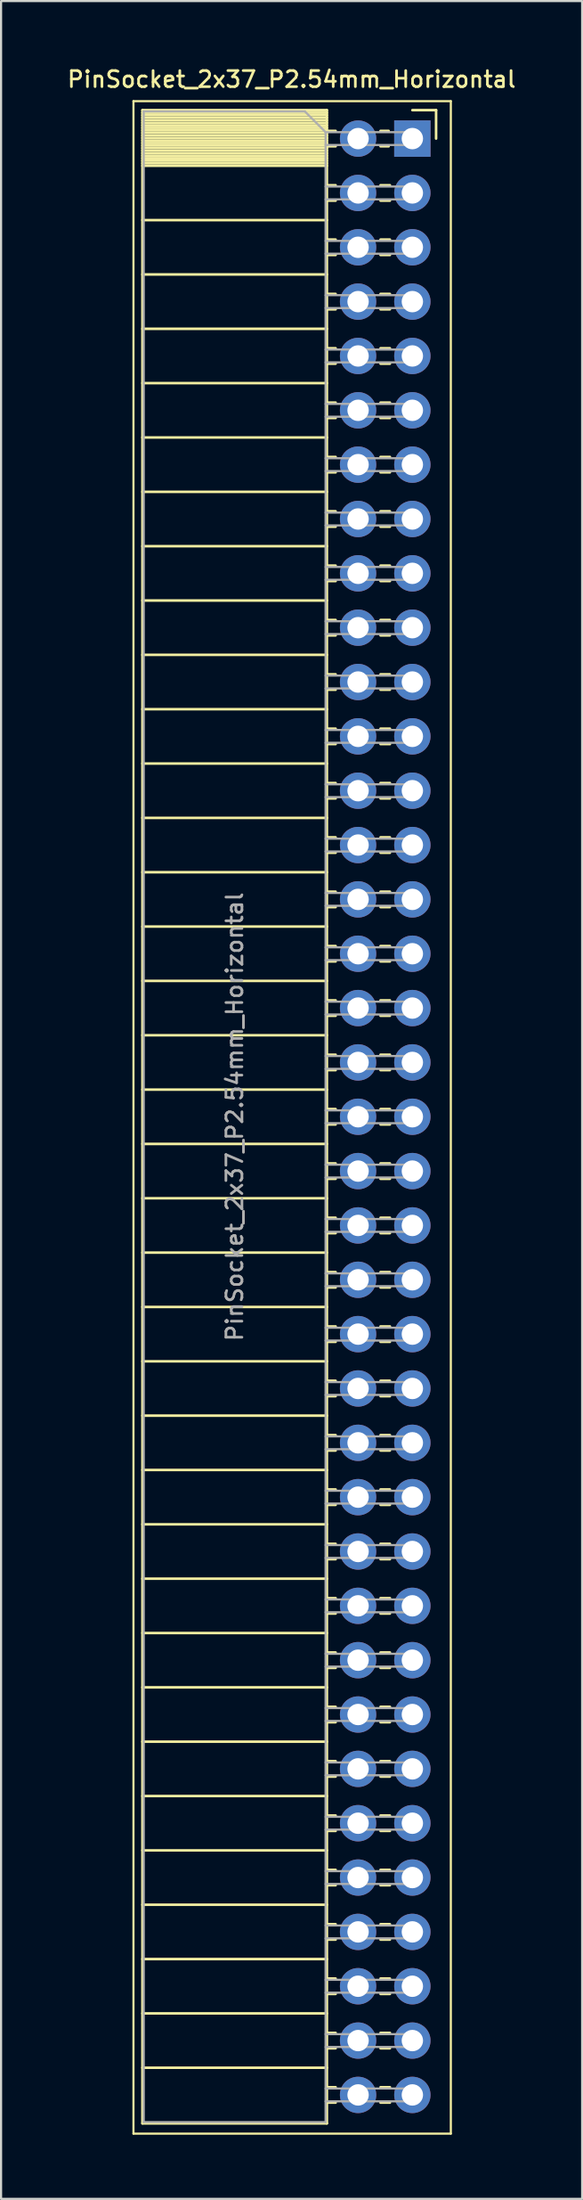
<source format=kicad_pcb>
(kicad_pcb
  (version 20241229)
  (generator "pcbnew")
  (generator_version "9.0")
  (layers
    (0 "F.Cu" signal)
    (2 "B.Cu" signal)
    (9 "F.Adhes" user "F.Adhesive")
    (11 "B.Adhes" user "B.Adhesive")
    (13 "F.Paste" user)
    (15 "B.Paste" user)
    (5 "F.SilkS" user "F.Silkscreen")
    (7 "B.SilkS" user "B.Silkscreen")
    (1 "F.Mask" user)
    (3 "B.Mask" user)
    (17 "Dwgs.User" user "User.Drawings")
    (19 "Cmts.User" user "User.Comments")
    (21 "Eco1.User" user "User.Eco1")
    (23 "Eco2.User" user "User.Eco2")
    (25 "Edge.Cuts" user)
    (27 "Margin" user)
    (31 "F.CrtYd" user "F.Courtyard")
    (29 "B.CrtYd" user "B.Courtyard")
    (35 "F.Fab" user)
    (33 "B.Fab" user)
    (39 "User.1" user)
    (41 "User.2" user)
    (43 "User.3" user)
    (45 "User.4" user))
  (footprint "PinSocket_2x37_P2.54mm_Horizontal"
    (layer "F.Cu")
    (at 16.245 3.428)
    (property "Reference" "PinSocket_2x37_P2.54mm_Horizontal" (at -5.65 -2.77 0) (layer "F.SilkS") (effects (font (size 0.75 0.75) (thickness 0.125))))
    (attr through_hole)
    (fp_line (start -13.05 -1.75) (end -13.05 93.25) (stroke (width 0.1) (type solid)) (layer "F.SilkS"))
    (fp_line (start -13.05 93.25) (end 1.8 93.25) (stroke (width 0.1) (type solid)) (layer "F.SilkS"))
    (fp_line (start -12.63 -1.33) (end -12.63 92.77) (stroke (width 0.12) (type solid)) (layer "F.SilkS"))
    (fp_line (start -12.63 -1.33) (end -4 -1.33) (stroke (width 0.12) (type solid)) (layer "F.SilkS"))
    (fp_line (start -12.63 -1.21) (end -4 -1.21) (stroke (width 0.12) (type solid)) (layer "F.SilkS"))
    (fp_line (start -12.63 -1.092) (end -4 -1.092) (stroke (width 0.12) (type solid)) (layer "F.SilkS"))
    (fp_line (start -12.63 -0.974) (end -4 -0.974) (stroke (width 0.12) (type solid)) (layer "F.SilkS"))
    (fp_line (start -12.63 -0.856) (end -4 -0.856) (stroke (width 0.12) (type solid)) (layer "F.SilkS"))
    (fp_line (start -12.63 -0.738) (end -4 -0.738) (stroke (width 0.12) (type solid)) (layer "F.SilkS"))
    (fp_line (start -12.63 -0.62) (end -4 -0.62) (stroke (width 0.12) (type solid)) (layer "F.SilkS"))
    (fp_line (start -12.63 -0.501) (end -4 -0.501) (stroke (width 0.12) (type solid)) (layer "F.SilkS"))
    (fp_line (start -12.63 -0.383) (end -4 -0.383) (stroke (width 0.12) (type solid)) (layer "F.SilkS"))
    (fp_line (start -12.63 -0.265) (end -4 -0.265) (stroke (width 0.12) (type solid)) (layer "F.SilkS"))
    (fp_line (start -12.63 -0.147) (end -4 -0.147) (stroke (width 0.12) (type solid)) (layer "F.SilkS"))
    (fp_line (start -12.63 -0.029) (end -4 -0.029) (stroke (width 0.12) (type solid)) (layer "F.SilkS"))
    (fp_line (start -12.63 0.089) (end -4 0.089) (stroke (width 0.12) (type solid)) (layer "F.SilkS"))
    (fp_line (start -12.63 0.207) (end -4 0.207) (stroke (width 0.12) (type solid)) (layer "F.SilkS"))
    (fp_line (start -12.63 0.325) (end -4 0.325) (stroke (width 0.12) (type solid)) (layer "F.SilkS"))
    (fp_line (start -12.63 0.443) (end -4 0.443) (stroke (width 0.12) (type solid)) (layer "F.SilkS"))
    (fp_line (start -12.63 0.561) (end -4 0.561) (stroke (width 0.12) (type solid)) (layer "F.SilkS"))
    (fp_line (start -12.63 0.68) (end -4 0.68) (stroke (width 0.12) (type solid)) (layer "F.SilkS"))
    (fp_line (start -12.63 0.798) (end -4 0.798) (stroke (width 0.12) (type solid)) (layer "F.SilkS"))
    (fp_line (start -12.63 0.916) (end -4 0.916) (stroke (width 0.12) (type solid)) (layer "F.SilkS"))
    (fp_line (start -12.63 1.034) (end -4 1.034) (stroke (width 0.12) (type solid)) (layer "F.SilkS"))
    (fp_line (start -12.63 1.152) (end -4 1.152) (stroke (width 0.12) (type solid)) (layer "F.SilkS"))
    (fp_line (start -12.63 1.27) (end -4 1.27) (stroke (width 0.12) (type solid)) (layer "F.SilkS"))
    (fp_line (start -12.63 3.81) (end -4 3.81) (stroke (width 0.12) (type solid)) (layer "F.SilkS"))
    (fp_line (start -12.63 6.35) (end -4 6.35) (stroke (width 0.12) (type solid)) (layer "F.SilkS"))
    (fp_line (start -12.63 8.89) (end -4 8.89) (stroke (width 0.12) (type solid)) (layer "F.SilkS"))
    (fp_line (start -12.63 11.43) (end -4 11.43) (stroke (width 0.12) (type solid)) (layer "F.SilkS"))
    (fp_line (start -12.63 13.97) (end -4 13.97) (stroke (width 0.12) (type solid)) (layer "F.SilkS"))
    (fp_line (start -12.63 16.51) (end -4 16.51) (stroke (width 0.12) (type solid)) (layer "F.SilkS"))
    (fp_line (start -12.63 19.05) (end -4 19.05) (stroke (width 0.12) (type solid)) (layer "F.SilkS"))
    (fp_line (start -12.63 21.59) (end -4 21.59) (stroke (width 0.12) (type solid)) (layer "F.SilkS"))
    (fp_line (start -12.63 24.13) (end -4 24.13) (stroke (width 0.12) (type solid)) (layer "F.SilkS"))
    (fp_line (start -12.63 26.67) (end -4 26.67) (stroke (width 0.12) (type solid)) (layer "F.SilkS"))
    (fp_line (start -12.63 29.21) (end -4 29.21) (stroke (width 0.12) (type solid)) (layer "F.SilkS"))
    (fp_line (start -12.63 31.75) (end -4 31.75) (stroke (width 0.12) (type solid)) (layer "F.SilkS"))
    (fp_line (start -12.63 34.29) (end -4 34.29) (stroke (width 0.12) (type solid)) (layer "F.SilkS"))
    (fp_line (start -12.63 36.83) (end -4 36.83) (stroke (width 0.12) (type solid)) (layer "F.SilkS"))
    (fp_line (start -12.63 39.37) (end -4 39.37) (stroke (width 0.12) (type solid)) (layer "F.SilkS"))
    (fp_line (start -12.63 41.91) (end -4 41.91) (stroke (width 0.12) (type solid)) (layer "F.SilkS"))
    (fp_line (start -12.63 44.45) (end -4 44.45) (stroke (width 0.12) (type solid)) (layer "F.SilkS"))
    (fp_line (start -12.63 46.99) (end -4 46.99) (stroke (width 0.12) (type solid)) (layer "F.SilkS"))
    (fp_line (start -12.63 49.53) (end -4 49.53) (stroke (width 0.12) (type solid)) (layer "F.SilkS"))
    (fp_line (start -12.63 52.07) (end -4 52.07) (stroke (width 0.12) (type solid)) (layer "F.SilkS"))
    (fp_line (start -12.63 54.61) (end -4 54.61) (stroke (width 0.12) (type solid)) (layer "F.SilkS"))
    (fp_line (start -12.63 57.15) (end -4 57.15) (stroke (width 0.12) (type solid)) (layer "F.SilkS"))
    (fp_line (start -12.63 59.69) (end -4 59.69) (stroke (width 0.12) (type solid)) (layer "F.SilkS"))
    (fp_line (start -12.63 62.23) (end -4 62.23) (stroke (width 0.12) (type solid)) (layer "F.SilkS"))
    (fp_line (start -12.63 64.77) (end -4 64.77) (stroke (width 0.12) (type solid)) (layer "F.SilkS"))
    (fp_line (start -12.63 67.31) (end -4 67.31) (stroke (width 0.12) (type solid)) (layer "F.SilkS"))
    (fp_line (start -12.63 69.85) (end -4 69.85) (stroke (width 0.12) (type solid)) (layer "F.SilkS"))
    (fp_line (start -12.63 72.39) (end -4 72.39) (stroke (width 0.12) (type solid)) (layer "F.SilkS"))
    (fp_line (start -12.63 74.93) (end -4 74.93) (stroke (width 0.12) (type solid)) (layer "F.SilkS"))
    (fp_line (start -12.63 77.47) (end -4 77.47) (stroke (width 0.12) (type solid)) (layer "F.SilkS"))
    (fp_line (start -12.63 80.01) (end -4 80.01) (stroke (width 0.12) (type solid)) (layer "F.SilkS"))
    (fp_line (start -12.63 82.55) (end -4 82.55) (stroke (width 0.12) (type solid)) (layer "F.SilkS"))
    (fp_line (start -12.63 85.09) (end -4 85.09) (stroke (width 0.12) (type solid)) (layer "F.SilkS"))
    (fp_line (start -12.63 87.63) (end -4 87.63) (stroke (width 0.12) (type solid)) (layer "F.SilkS"))
    (fp_line (start -12.63 90.17) (end -4 90.17) (stroke (width 0.12) (type solid)) (layer "F.SilkS"))
    (fp_line (start -12.63 92.77) (end -4 92.77) (stroke (width 0.12) (type solid)) (layer "F.SilkS"))
    (fp_line (start -4 -1.33) (end -4 92.77) (stroke (width 0.12) (type solid)) (layer "F.SilkS"))
    (fp_line (start -4 -0.36) (end -3.59 -0.36) (stroke (width 0.12) (type solid)) (layer "F.SilkS"))
    (fp_line (start -4 0.36) (end -3.59 0.36) (stroke (width 0.12) (type solid)) (layer "F.SilkS"))
    (fp_line (start -4 2.18) (end -3.59 2.18) (stroke (width 0.12) (type solid)) (layer "F.SilkS"))
    (fp_line (start -4 2.9) (end -3.59 2.9) (stroke (width 0.12) (type solid)) (layer "F.SilkS"))
    (fp_line (start -4 4.72) (end -3.59 4.72) (stroke (width 0.12) (type solid)) (layer "F.SilkS"))
    (fp_line (start -4 5.44) (end -3.59 5.44) (stroke (width 0.12) (type solid)) (layer "F.SilkS"))
    (fp_line (start -4 7.26) (end -3.59 7.26) (stroke (width 0.12) (type solid)) (layer "F.SilkS"))
    (fp_line (start -4 7.98) (end -3.59 7.98) (stroke (width 0.12) (type solid)) (layer "F.SilkS"))
    (fp_line (start -4 9.8) (end -3.59 9.8) (stroke (width 0.12) (type solid)) (layer "F.SilkS"))
    (fp_line (start -4 10.52) (end -3.59 10.52) (stroke (width 0.12) (type solid)) (layer "F.SilkS"))
    (fp_line (start -4 12.34) (end -3.59 12.34) (stroke (width 0.12) (type solid)) (layer "F.SilkS"))
    (fp_line (start -4 13.06) (end -3.59 13.06) (stroke (width 0.12) (type solid)) (layer "F.SilkS"))
    (fp_line (start -4 14.88) (end -3.59 14.88) (stroke (width 0.12) (type solid)) (layer "F.SilkS"))
    (fp_line (start -4 15.6) (end -3.59 15.6) (stroke (width 0.12) (type solid)) (layer "F.SilkS"))
    (fp_line (start -4 17.42) (end -3.59 17.42) (stroke (width 0.12) (type solid)) (layer "F.SilkS"))
    (fp_line (start -4 18.14) (end -3.59 18.14) (stroke (width 0.12) (type solid)) (layer "F.SilkS"))
    (fp_line (start -4 19.96) (end -3.59 19.96) (stroke (width 0.12) (type solid)) (layer "F.SilkS"))
    (fp_line (start -4 20.68) (end -3.59 20.68) (stroke (width 0.12) (type solid)) (layer "F.SilkS"))
    (fp_line (start -4 22.5) (end -3.59 22.5) (stroke (width 0.12) (type solid)) (layer "F.SilkS"))
    (fp_line (start -4 23.22) (end -3.59 23.22) (stroke (width 0.12) (type solid)) (layer "F.SilkS"))
    (fp_line (start -4 25.04) (end -3.59 25.04) (stroke (width 0.12) (type solid)) (layer "F.SilkS"))
    (fp_line (start -4 25.76) (end -3.59 25.76) (stroke (width 0.12) (type solid)) (layer "F.SilkS"))
    (fp_line (start -4 27.58) (end -3.59 27.58) (stroke (width 0.12) (type solid)) (layer "F.SilkS"))
    (fp_line (start -4 28.3) (end -3.59 28.3) (stroke (width 0.12) (type solid)) (layer "F.SilkS"))
    (fp_line (start -4 30.12) (end -3.59 30.12) (stroke (width 0.12) (type solid)) (layer "F.SilkS"))
    (fp_line (start -4 30.84) (end -3.59 30.84) (stroke (width 0.12) (type solid)) (layer "F.SilkS"))
    (fp_line (start -4 32.66) (end -3.59 32.66) (stroke (width 0.12) (type solid)) (layer "F.SilkS"))
    (fp_line (start -4 33.38) (end -3.59 33.38) (stroke (width 0.12) (type solid)) (layer "F.SilkS"))
    (fp_line (start -4 35.2) (end -3.59 35.2) (stroke (width 0.12) (type solid)) (layer "F.SilkS"))
    (fp_line (start -4 35.92) (end -3.59 35.92) (stroke (width 0.12) (type solid)) (layer "F.SilkS"))
    (fp_line (start -4 37.74) (end -3.59 37.74) (stroke (width 0.12) (type solid)) (layer "F.SilkS"))
    (fp_line (start -4 38.46) (end -3.59 38.46) (stroke (width 0.12) (type solid)) (layer "F.SilkS"))
    (fp_line (start -4 40.28) (end -3.59 40.28) (stroke (width 0.12) (type solid)) (layer "F.SilkS"))
    (fp_line (start -4 41) (end -3.59 41) (stroke (width 0.12) (type solid)) (layer "F.SilkS"))
    (fp_line (start -4 42.82) (end -3.59 42.82) (stroke (width 0.12) (type solid)) (layer "F.SilkS"))
    (fp_line (start -4 43.54) (end -3.59 43.54) (stroke (width 0.12) (type solid)) (layer "F.SilkS"))
    (fp_line (start -4 45.36) (end -3.59 45.36) (stroke (width 0.12) (type solid)) (layer "F.SilkS"))
    (fp_line (start -4 46.08) (end -3.59 46.08) (stroke (width 0.12) (type solid)) (layer "F.SilkS"))
    (fp_line (start -4 47.9) (end -3.59 47.9) (stroke (width 0.12) (type solid)) (layer "F.SilkS"))
    (fp_line (start -4 48.62) (end -3.59 48.62) (stroke (width 0.12) (type solid)) (layer "F.SilkS"))
    (fp_line (start -4 50.44) (end -3.59 50.44) (stroke (width 0.12) (type solid)) (layer "F.SilkS"))
    (fp_line (start -4 51.16) (end -3.59 51.16) (stroke (width 0.12) (type solid)) (layer "F.SilkS"))
    (fp_line (start -4 52.98) (end -3.59 52.98) (stroke (width 0.12) (type solid)) (layer "F.SilkS"))
    (fp_line (start -4 53.7) (end -3.59 53.7) (stroke (width 0.12) (type solid)) (layer "F.SilkS"))
    (fp_line (start -4 55.52) (end -3.59 55.52) (stroke (width 0.12) (type solid)) (layer "F.SilkS"))
    (fp_line (start -4 56.24) (end -3.59 56.24) (stroke (width 0.12) (type solid)) (layer "F.SilkS"))
    (fp_line (start -4 58.06) (end -3.59 58.06) (stroke (width 0.12) (type solid)) (layer "F.SilkS"))
    (fp_line (start -4 58.78) (end -3.59 58.78) (stroke (width 0.12) (type solid)) (layer "F.SilkS"))
    (fp_line (start -4 60.6) (end -3.59 60.6) (stroke (width 0.12) (type solid)) (layer "F.SilkS"))
    (fp_line (start -4 61.32) (end -3.59 61.32) (stroke (width 0.12) (type solid)) (layer "F.SilkS"))
    (fp_line (start -4 63.14) (end -3.59 63.14) (stroke (width 0.12) (type solid)) (layer "F.SilkS"))
    (fp_line (start -4 63.86) (end -3.59 63.86) (stroke (width 0.12) (type solid)) (layer "F.SilkS"))
    (fp_line (start -4 65.68) (end -3.59 65.68) (stroke (width 0.12) (type solid)) (layer "F.SilkS"))
    (fp_line (start -4 66.4) (end -3.59 66.4) (stroke (width 0.12) (type solid)) (layer "F.SilkS"))
    (fp_line (start -4 68.22) (end -3.59 68.22) (stroke (width 0.12) (type solid)) (layer "F.SilkS"))
    (fp_line (start -4 68.94) (end -3.59 68.94) (stroke (width 0.12) (type solid)) (layer "F.SilkS"))
    (fp_line (start -4 70.76) (end -3.59 70.76) (stroke (width 0.12) (type solid)) (layer "F.SilkS"))
    (fp_line (start -4 71.48) (end -3.59 71.48) (stroke (width 0.12) (type solid)) (layer "F.SilkS"))
    (fp_line (start -4 73.3) (end -3.59 73.3) (stroke (width 0.12) (type solid)) (layer "F.SilkS"))
    (fp_line (start -4 74.02) (end -3.59 74.02) (stroke (width 0.12) (type solid)) (layer "F.SilkS"))
    (fp_line (start -4 75.84) (end -3.59 75.84) (stroke (width 0.12) (type solid)) (layer "F.SilkS"))
    (fp_line (start -4 76.56) (end -3.59 76.56) (stroke (width 0.12) (type solid)) (layer "F.SilkS"))
    (fp_line (start -4 78.38) (end -3.59 78.38) (stroke (width 0.12) (type solid)) (layer "F.SilkS"))
    (fp_line (start -4 79.1) (end -3.59 79.1) (stroke (width 0.12) (type solid)) (layer "F.SilkS"))
    (fp_line (start -4 80.92) (end -3.59 80.92) (stroke (width 0.12) (type solid)) (layer "F.SilkS"))
    (fp_line (start -4 81.64) (end -3.59 81.64) (stroke (width 0.12) (type solid)) (layer "F.SilkS"))
    (fp_line (start -4 83.46) (end -3.59 83.46) (stroke (width 0.12) (type solid)) (layer "F.SilkS"))
    (fp_line (start -4 84.18) (end -3.59 84.18) (stroke (width 0.12) (type solid)) (layer "F.SilkS"))
    (fp_line (start -4 86) (end -3.59 86) (stroke (width 0.12) (type solid)) (layer "F.SilkS"))
    (fp_line (start -4 86.72) (end -3.59 86.72) (stroke (width 0.12) (type solid)) (layer "F.SilkS"))
    (fp_line (start -4 88.54) (end -3.59 88.54) (stroke (width 0.12) (type solid)) (layer "F.SilkS"))
    (fp_line (start -4 89.26) (end -3.59 89.26) (stroke (width 0.12) (type solid)) (layer "F.SilkS"))
    (fp_line (start -4 91.08) (end -3.59 91.08) (stroke (width 0.12) (type solid)) (layer "F.SilkS"))
    (fp_line (start -4 91.8) (end -3.59 91.8) (stroke (width 0.12) (type solid)) (layer "F.SilkS"))
    (fp_line (start -1.49 -0.36) (end -1.11 -0.36) (stroke (width 0.12) (type solid)) (layer "F.SilkS"))
    (fp_line (start -1.49 0.36) (end -1.11 0.36) (stroke (width 0.12) (type solid)) (layer "F.SilkS"))
    (fp_line (start -1.49 2.18) (end -1.05 2.18) (stroke (width 0.12) (type solid)) (layer "F.SilkS"))
    (fp_line (start -1.49 2.9) (end -1.05 2.9) (stroke (width 0.12) (type solid)) (layer "F.SilkS"))
    (fp_line (start -1.49 4.72) (end -1.05 4.72) (stroke (width 0.12) (type solid)) (layer "F.SilkS"))
    (fp_line (start -1.49 5.44) (end -1.05 5.44) (stroke (width 0.12) (type solid)) (layer "F.SilkS"))
    (fp_line (start -1.49 7.26) (end -1.05 7.26) (stroke (width 0.12) (type solid)) (layer "F.SilkS"))
    (fp_line (start -1.49 7.98) (end -1.05 7.98) (stroke (width 0.12) (type solid)) (layer "F.SilkS"))
    (fp_line (start -1.49 9.8) (end -1.05 9.8) (stroke (width 0.12) (type solid)) (layer "F.SilkS"))
    (fp_line (start -1.49 10.52) (end -1.05 10.52) (stroke (width 0.12) (type solid)) (layer "F.SilkS"))
    (fp_line (start -1.49 12.34) (end -1.05 12.34) (stroke (width 0.12) (type solid)) (layer "F.SilkS"))
    (fp_line (start -1.49 13.06) (end -1.05 13.06) (stroke (width 0.12) (type solid)) (layer "F.SilkS"))
    (fp_line (start -1.49 14.88) (end -1.05 14.88) (stroke (width 0.12) (type solid)) (layer "F.SilkS"))
    (fp_line (start -1.49 15.6) (end -1.05 15.6) (stroke (width 0.12) (type solid)) (layer "F.SilkS"))
    (fp_line (start -1.49 17.42) (end -1.05 17.42) (stroke (width 0.12) (type solid)) (layer "F.SilkS"))
    (fp_line (start -1.49 18.14) (end -1.05 18.14) (stroke (width 0.12) (type solid)) (layer "F.SilkS"))
    (fp_line (start -1.49 19.96) (end -1.05 19.96) (stroke (width 0.12) (type solid)) (layer "F.SilkS"))
    (fp_line (start -1.49 20.68) (end -1.05 20.68) (stroke (width 0.12) (type solid)) (layer "F.SilkS"))
    (fp_line (start -1.49 22.5) (end -1.05 22.5) (stroke (width 0.12) (type solid)) (layer "F.SilkS"))
    (fp_line (start -1.49 23.22) (end -1.05 23.22) (stroke (width 0.12) (type solid)) (layer "F.SilkS"))
    (fp_line (start -1.49 25.04) (end -1.05 25.04) (stroke (width 0.12) (type solid)) (layer "F.SilkS"))
    (fp_line (start -1.49 25.76) (end -1.05 25.76) (stroke (width 0.12) (type solid)) (layer "F.SilkS"))
    (fp_line (start -1.49 27.58) (end -1.05 27.58) (stroke (width 0.12) (type solid)) (layer "F.SilkS"))
    (fp_line (start -1.49 28.3) (end -1.05 28.3) (stroke (width 0.12) (type solid)) (layer "F.SilkS"))
    (fp_line (start -1.49 30.12) (end -1.05 30.12) (stroke (width 0.12) (type solid)) (layer "F.SilkS"))
    (fp_line (start -1.49 30.84) (end -1.05 30.84) (stroke (width 0.12) (type solid)) (layer "F.SilkS"))
    (fp_line (start -1.49 32.66) (end -1.05 32.66) (stroke (width 0.12) (type solid)) (layer "F.SilkS"))
    (fp_line (start -1.49 33.38) (end -1.05 33.38) (stroke (width 0.12) (type solid)) (layer "F.SilkS"))
    (fp_line (start -1.49 35.2) (end -1.05 35.2) (stroke (width 0.12) (type solid)) (layer "F.SilkS"))
    (fp_line (start -1.49 35.92) (end -1.05 35.92) (stroke (width 0.12) (type solid)) (layer "F.SilkS"))
    (fp_line (start -1.49 37.74) (end -1.05 37.74) (stroke (width 0.12) (type solid)) (layer "F.SilkS"))
    (fp_line (start -1.49 38.46) (end -1.05 38.46) (stroke (width 0.12) (type solid)) (layer "F.SilkS"))
    (fp_line (start -1.49 40.28) (end -1.05 40.28) (stroke (width 0.12) (type solid)) (layer "F.SilkS"))
    (fp_line (start -1.49 41) (end -1.05 41) (stroke (width 0.12) (type solid)) (layer "F.SilkS"))
    (fp_line (start -1.49 42.82) (end -1.05 42.82) (stroke (width 0.12) (type solid)) (layer "F.SilkS"))
    (fp_line (start -1.49 43.54) (end -1.05 43.54) (stroke (width 0.12) (type solid)) (layer "F.SilkS"))
    (fp_line (start -1.49 45.36) (end -1.05 45.36) (stroke (width 0.12) (type solid)) (layer "F.SilkS"))
    (fp_line (start -1.49 46.08) (end -1.05 46.08) (stroke (width 0.12) (type solid)) (layer "F.SilkS"))
    (fp_line (start -1.49 47.9) (end -1.05 47.9) (stroke (width 0.12) (type solid)) (layer "F.SilkS"))
    (fp_line (start -1.49 48.62) (end -1.05 48.62) (stroke (width 0.12) (type solid)) (layer "F.SilkS"))
    (fp_line (start -1.49 50.44) (end -1.05 50.44) (stroke (width 0.12) (type solid)) (layer "F.SilkS"))
    (fp_line (start -1.49 51.16) (end -1.05 51.16) (stroke (width 0.12) (type solid)) (layer "F.SilkS"))
    (fp_line (start -1.49 52.98) (end -1.05 52.98) (stroke (width 0.12) (type solid)) (layer "F.SilkS"))
    (fp_line (start -1.49 53.7) (end -1.05 53.7) (stroke (width 0.12) (type solid)) (layer "F.SilkS"))
    (fp_line (start -1.49 55.52) (end -1.05 55.52) (stroke (width 0.12) (type solid)) (layer "F.SilkS"))
    (fp_line (start -1.49 56.24) (end -1.05 56.24) (stroke (width 0.12) (type solid)) (layer "F.SilkS"))
    (fp_line (start -1.49 58.06) (end -1.05 58.06) (stroke (width 0.12) (type solid)) (layer "F.SilkS"))
    (fp_line (start -1.49 58.78) (end -1.05 58.78) (stroke (width 0.12) (type solid)) (layer "F.SilkS"))
    (fp_line (start -1.49 60.6) (end -1.05 60.6) (stroke (width 0.12) (type solid)) (layer "F.SilkS"))
    (fp_line (start -1.49 61.32) (end -1.05 61.32) (stroke (width 0.12) (type solid)) (layer "F.SilkS"))
    (fp_line (start -1.49 63.14) (end -1.05 63.14) (stroke (width 0.12) (type solid)) (layer "F.SilkS"))
    (fp_line (start -1.49 63.86) (end -1.05 63.86) (stroke (width 0.12) (type solid)) (layer "F.SilkS"))
    (fp_line (start -1.49 65.68) (end -1.05 65.68) (stroke (width 0.12) (type solid)) (layer "F.SilkS"))
    (fp_line (start -1.49 66.4) (end -1.05 66.4) (stroke (width 0.12) (type solid)) (layer "F.SilkS"))
    (fp_line (start -1.49 68.22) (end -1.05 68.22) (stroke (width 0.12) (type solid)) (layer "F.SilkS"))
    (fp_line (start -1.49 68.94) (end -1.05 68.94) (stroke (width 0.12) (type solid)) (layer "F.SilkS"))
    (fp_line (start -1.49 70.76) (end -1.05 70.76) (stroke (width 0.12) (type solid)) (layer "F.SilkS"))
    (fp_line (start -1.49 71.48) (end -1.05 71.48) (stroke (width 0.12) (type solid)) (layer "F.SilkS"))
    (fp_line (start -1.49 73.3) (end -1.05 73.3) (stroke (width 0.12) (type solid)) (layer "F.SilkS"))
    (fp_line (start -1.49 74.02) (end -1.05 74.02) (stroke (width 0.12) (type solid)) (layer "F.SilkS"))
    (fp_line (start -1.49 75.84) (end -1.05 75.84) (stroke (width 0.12) (type solid)) (layer "F.SilkS"))
    (fp_line (start -1.49 76.56) (end -1.05 76.56) (stroke (width 0.12) (type solid)) (layer "F.SilkS"))
    (fp_line (start -1.49 78.38) (end -1.05 78.38) (stroke (width 0.12) (type solid)) (layer "F.SilkS"))
    (fp_line (start -1.49 79.1) (end -1.05 79.1) (stroke (width 0.12) (type solid)) (layer "F.SilkS"))
    (fp_line (start -1.49 80.92) (end -1.05 80.92) (stroke (width 0.12) (type solid)) (layer "F.SilkS"))
    (fp_line (start -1.49 81.64) (end -1.05 81.64) (stroke (width 0.12) (type solid)) (layer "F.SilkS"))
    (fp_line (start -1.49 83.46) (end -1.05 83.46) (stroke (width 0.12) (type solid)) (layer "F.SilkS"))
    (fp_line (start -1.49 84.18) (end -1.05 84.18) (stroke (width 0.12) (type solid)) (layer "F.SilkS"))
    (fp_line (start -1.49 86) (end -1.05 86) (stroke (width 0.12) (type solid)) (layer "F.SilkS"))
    (fp_line (start -1.49 86.72) (end -1.05 86.72) (stroke (width 0.12) (type solid)) (layer "F.SilkS"))
    (fp_line (start -1.49 88.54) (end -1.05 88.54) (stroke (width 0.12) (type solid)) (layer "F.SilkS"))
    (fp_line (start -1.49 89.26) (end -1.05 89.26) (stroke (width 0.12) (type solid)) (layer "F.SilkS"))
    (fp_line (start -1.49 91.08) (end -1.05 91.08) (stroke (width 0.12) (type solid)) (layer "F.SilkS"))
    (fp_line (start -1.49 91.8) (end -1.05 91.8) (stroke (width 0.12) (type solid)) (layer "F.SilkS"))
    (fp_line (start 0 -1.33) (end 1.11 -1.33) (stroke (width 0.12) (type solid)) (layer "F.SilkS"))
    (fp_line (start 1.11 -1.33) (end 1.11 0) (stroke (width 0.12) (type solid)) (layer "F.SilkS"))
    (fp_line (start 1.8 -1.75) (end -13.05 -1.75) (stroke (width 0.1) (type solid)) (layer "F.SilkS"))
    (fp_line (start 1.8 93.25) (end 1.8 -1.75) (stroke (width 0.1) (type solid)) (layer "F.SilkS"))
    (fp_line (start -12.57 -1.27) (end -5.03 -1.27) (stroke (width 0.1) (type solid)) (layer "F.Fab"))
    (fp_line (start -12.57 92.71) (end -12.57 -1.27) (stroke (width 0.1) (type solid)) (layer "F.Fab"))
    (fp_line (start -5.03 -1.27) (end -4.06 -0.3) (stroke (width 0.1) (type solid)) (layer "F.Fab"))
    (fp_line (start -4.06 -0.3) (end -4.06 92.71) (stroke (width 0.1) (type solid)) (layer "F.Fab"))
    (fp_line (start -4.06 0.3) (end 0 0.3) (stroke (width 0.1) (type solid)) (layer "F.Fab"))
    (fp_line (start -4.06 2.84) (end 0 2.84) (stroke (width 0.1) (type solid)) (layer "F.Fab"))
    (fp_line (start -4.06 5.38) (end 0 5.38) (stroke (width 0.1) (type solid)) (layer "F.Fab"))
    (fp_line (start -4.06 7.92) (end 0 7.92) (stroke (width 0.1) (type solid)) (layer "F.Fab"))
    (fp_line (start -4.06 10.46) (end 0 10.46) (stroke (width 0.1) (type solid)) (layer "F.Fab"))
    (fp_line (start -4.06 13) (end 0 13) (stroke (width 0.1) (type solid)) (layer "F.Fab"))
    (fp_line (start -4.06 15.54) (end 0 15.54) (stroke (width 0.1) (type solid)) (layer "F.Fab"))
    (fp_line (start -4.06 18.08) (end 0 18.08) (stroke (width 0.1) (type solid)) (layer "F.Fab"))
    (fp_line (start -4.06 20.62) (end 0 20.62) (stroke (width 0.1) (type solid)) (layer "F.Fab"))
    (fp_line (start -4.06 23.16) (end 0 23.16) (stroke (width 0.1) (type solid)) (layer "F.Fab"))
    (fp_line (start -4.06 25.7) (end 0 25.7) (stroke (width 0.1) (type solid)) (layer "F.Fab"))
    (fp_line (start -4.06 28.24) (end 0 28.24) (stroke (width 0.1) (type solid)) (layer "F.Fab"))
    (fp_line (start -4.06 30.78) (end 0 30.78) (stroke (width 0.1) (type solid)) (layer "F.Fab"))
    (fp_line (start -4.06 33.32) (end 0 33.32) (stroke (width 0.1) (type solid)) (layer "F.Fab"))
    (fp_line (start -4.06 35.86) (end 0 35.86) (stroke (width 0.1) (type solid)) (layer "F.Fab"))
    (fp_line (start -4.06 38.4) (end 0 38.4) (stroke (width 0.1) (type solid)) (layer "F.Fab"))
    (fp_line (start -4.06 40.94) (end 0 40.94) (stroke (width 0.1) (type solid)) (layer "F.Fab"))
    (fp_line (start -4.06 43.48) (end 0 43.48) (stroke (width 0.1) (type solid)) (layer "F.Fab"))
    (fp_line (start -4.06 46.02) (end 0 46.02) (stroke (width 0.1) (type solid)) (layer "F.Fab"))
    (fp_line (start -4.06 48.56) (end 0 48.56) (stroke (width 0.1) (type solid)) (layer "F.Fab"))
    (fp_line (start -4.06 51.1) (end 0 51.1) (stroke (width 0.1) (type solid)) (layer "F.Fab"))
    (fp_line (start -4.06 53.64) (end 0 53.64) (stroke (width 0.1) (type solid)) (layer "F.Fab"))
    (fp_line (start -4.06 56.18) (end 0 56.18) (stroke (width 0.1) (type solid)) (layer "F.Fab"))
    (fp_line (start -4.06 58.72) (end 0 58.72) (stroke (width 0.1) (type solid)) (layer "F.Fab"))
    (fp_line (start -4.06 61.26) (end 0 61.26) (stroke (width 0.1) (type solid)) (layer "F.Fab"))
    (fp_line (start -4.06 63.8) (end 0 63.8) (stroke (width 0.1) (type solid)) (layer "F.Fab"))
    (fp_line (start -4.06 66.34) (end 0 66.34) (stroke (width 0.1) (type solid)) (layer "F.Fab"))
    (fp_line (start -4.06 68.88) (end 0 68.88) (stroke (width 0.1) (type solid)) (layer "F.Fab"))
    (fp_line (start -4.06 71.42) (end 0 71.42) (stroke (width 0.1) (type solid)) (layer "F.Fab"))
    (fp_line (start -4.06 73.96) (end 0 73.96) (stroke (width 0.1) (type solid)) (layer "F.Fab"))
    (fp_line (start -4.06 76.5) (end 0 76.5) (stroke (width 0.1) (type solid)) (layer "F.Fab"))
    (fp_line (start -4.06 79.04) (end 0 79.04) (stroke (width 0.1) (type solid)) (layer "F.Fab"))
    (fp_line (start -4.06 81.58) (end 0 81.58) (stroke (width 0.1) (type solid)) (layer "F.Fab"))
    (fp_line (start -4.06 84.12) (end 0 84.12) (stroke (width 0.1) (type solid)) (layer "F.Fab"))
    (fp_line (start -4.06 86.66) (end 0 86.66) (stroke (width 0.1) (type solid)) (layer "F.Fab"))
    (fp_line (start -4.06 89.2) (end 0 89.2) (stroke (width 0.1) (type solid)) (layer "F.Fab"))
    (fp_line (start -4.06 91.74) (end 0 91.74) (stroke (width 0.1) (type solid)) (layer "F.Fab"))
    (fp_line (start -4.06 92.71) (end -12.57 92.71) (stroke (width 0.1) (type solid)) (layer "F.Fab"))
    (fp_line (start 0 -0.3) (end -4.06 -0.3) (stroke (width 0.1) (type solid)) (layer "F.Fab"))
    (fp_line (start 0 0.3) (end 0 -0.3) (stroke (width 0.1) (type solid)) (layer "F.Fab"))
    (fp_line (start 0 2.24) (end -4.06 2.24) (stroke (width 0.1) (type solid)) (layer "F.Fab"))
    (fp_line (start 0 2.84) (end 0 2.24) (stroke (width 0.1) (type solid)) (layer "F.Fab"))
    (fp_line (start 0 4.78) (end -4.06 4.78) (stroke (width 0.1) (type solid)) (layer "F.Fab"))
    (fp_line (start 0 5.38) (end 0 4.78) (stroke (width 0.1) (type solid)) (layer "F.Fab"))
    (fp_line (start 0 7.32) (end -4.06 7.32) (stroke (width 0.1) (type solid)) (layer "F.Fab"))
    (fp_line (start 0 7.92) (end 0 7.32) (stroke (width 0.1) (type solid)) (layer "F.Fab"))
    (fp_line (start 0 9.86) (end -4.06 9.86) (stroke (width 0.1) (type solid)) (layer "F.Fab"))
    (fp_line (start 0 10.46) (end 0 9.86) (stroke (width 0.1) (type solid)) (layer "F.Fab"))
    (fp_line (start 0 12.4) (end -4.06 12.4) (stroke (width 0.1) (type solid)) (layer "F.Fab"))
    (fp_line (start 0 13) (end 0 12.4) (stroke (width 0.1) (type solid)) (layer "F.Fab"))
    (fp_line (start 0 14.94) (end -4.06 14.94) (stroke (width 0.1) (type solid)) (layer "F.Fab"))
    (fp_line (start 0 15.54) (end 0 14.94) (stroke (width 0.1) (type solid)) (layer "F.Fab"))
    (fp_line (start 0 17.48) (end -4.06 17.48) (stroke (width 0.1) (type solid)) (layer "F.Fab"))
    (fp_line (start 0 18.08) (end 0 17.48) (stroke (width 0.1) (type solid)) (layer "F.Fab"))
    (fp_line (start 0 20.02) (end -4.06 20.02) (stroke (width 0.1) (type solid)) (layer "F.Fab"))
    (fp_line (start 0 20.62) (end 0 20.02) (stroke (width 0.1) (type solid)) (layer "F.Fab"))
    (fp_line (start 0 22.56) (end -4.06 22.56) (stroke (width 0.1) (type solid)) (layer "F.Fab"))
    (fp_line (start 0 23.16) (end 0 22.56) (stroke (width 0.1) (type solid)) (layer "F.Fab"))
    (fp_line (start 0 25.1) (end -4.06 25.1) (stroke (width 0.1) (type solid)) (layer "F.Fab"))
    (fp_line (start 0 25.7) (end 0 25.1) (stroke (width 0.1) (type solid)) (layer "F.Fab"))
    (fp_line (start 0 27.64) (end -4.06 27.64) (stroke (width 0.1) (type solid)) (layer "F.Fab"))
    (fp_line (start 0 28.24) (end 0 27.64) (stroke (width 0.1) (type solid)) (layer "F.Fab"))
    (fp_line (start 0 30.18) (end -4.06 30.18) (stroke (width 0.1) (type solid)) (layer "F.Fab"))
    (fp_line (start 0 30.78) (end 0 30.18) (stroke (width 0.1) (type solid)) (layer "F.Fab"))
    (fp_line (start 0 32.72) (end -4.06 32.72) (stroke (width 0.1) (type solid)) (layer "F.Fab"))
    (fp_line (start 0 33.32) (end 0 32.72) (stroke (width 0.1) (type solid)) (layer "F.Fab"))
    (fp_line (start 0 35.26) (end -4.06 35.26) (stroke (width 0.1) (type solid)) (layer "F.Fab"))
    (fp_line (start 0 35.86) (end 0 35.26) (stroke (width 0.1) (type solid)) (layer "F.Fab"))
    (fp_line (start 0 37.8) (end -4.06 37.8) (stroke (width 0.1) (type solid)) (layer "F.Fab"))
    (fp_line (start 0 38.4) (end 0 37.8) (stroke (width 0.1) (type solid)) (layer "F.Fab"))
    (fp_line (start 0 40.34) (end -4.06 40.34) (stroke (width 0.1) (type solid)) (layer "F.Fab"))
    (fp_line (start 0 40.94) (end 0 40.34) (stroke (width 0.1) (type solid)) (layer "F.Fab"))
    (fp_line (start 0 42.88) (end -4.06 42.88) (stroke (width 0.1) (type solid)) (layer "F.Fab"))
    (fp_line (start 0 43.48) (end 0 42.88) (stroke (width 0.1) (type solid)) (layer "F.Fab"))
    (fp_line (start 0 45.42) (end -4.06 45.42) (stroke (width 0.1) (type solid)) (layer "F.Fab"))
    (fp_line (start 0 46.02) (end 0 45.42) (stroke (width 0.1) (type solid)) (layer "F.Fab"))
    (fp_line (start 0 47.96) (end -4.06 47.96) (stroke (width 0.1) (type solid)) (layer "F.Fab"))
    (fp_line (start 0 48.56) (end 0 47.96) (stroke (width 0.1) (type solid)) (layer "F.Fab"))
    (fp_line (start 0 50.5) (end -4.06 50.5) (stroke (width 0.1) (type solid)) (layer "F.Fab"))
    (fp_line (start 0 51.1) (end 0 50.5) (stroke (width 0.1) (type solid)) (layer "F.Fab"))
    (fp_line (start 0 53.04) (end -4.06 53.04) (stroke (width 0.1) (type solid)) (layer "F.Fab"))
    (fp_line (start 0 53.64) (end 0 53.04) (stroke (width 0.1) (type solid)) (layer "F.Fab"))
    (fp_line (start 0 55.58) (end -4.06 55.58) (stroke (width 0.1) (type solid)) (layer "F.Fab"))
    (fp_line (start 0 56.18) (end 0 55.58) (stroke (width 0.1) (type solid)) (layer "F.Fab"))
    (fp_line (start 0 58.12) (end -4.06 58.12) (stroke (width 0.1) (type solid)) (layer "F.Fab"))
    (fp_line (start 0 58.72) (end 0 58.12) (stroke (width 0.1) (type solid)) (layer "F.Fab"))
    (fp_line (start 0 60.66) (end -4.06 60.66) (stroke (width 0.1) (type solid)) (layer "F.Fab"))
    (fp_line (start 0 61.26) (end 0 60.66) (stroke (width 0.1) (type solid)) (layer "F.Fab"))
    (fp_line (start 0 63.2) (end -4.06 63.2) (stroke (width 0.1) (type solid)) (layer "F.Fab"))
    (fp_line (start 0 63.8) (end 0 63.2) (stroke (width 0.1) (type solid)) (layer "F.Fab"))
    (fp_line (start 0 65.74) (end -4.06 65.74) (stroke (width 0.1) (type solid)) (layer "F.Fab"))
    (fp_line (start 0 66.34) (end 0 65.74) (stroke (width 0.1) (type solid)) (layer "F.Fab"))
    (fp_line (start 0 68.28) (end -4.06 68.28) (stroke (width 0.1) (type solid)) (layer "F.Fab"))
    (fp_line (start 0 68.88) (end 0 68.28) (stroke (width 0.1) (type solid)) (layer "F.Fab"))
    (fp_line (start 0 70.82) (end -4.06 70.82) (stroke (width 0.1) (type solid)) (layer "F.Fab"))
    (fp_line (start 0 71.42) (end 0 70.82) (stroke (width 0.1) (type solid)) (layer "F.Fab"))
    (fp_line (start 0 73.36) (end -4.06 73.36) (stroke (width 0.1) (type solid)) (layer "F.Fab"))
    (fp_line (start 0 73.96) (end 0 73.36) (stroke (width 0.1) (type solid)) (layer "F.Fab"))
    (fp_line (start 0 75.9) (end -4.06 75.9) (stroke (width 0.1) (type solid)) (layer "F.Fab"))
    (fp_line (start 0 76.5) (end 0 75.9) (stroke (width 0.1) (type solid)) (layer "F.Fab"))
    (fp_line (start 0 78.44) (end -4.06 78.44) (stroke (width 0.1) (type solid)) (layer "F.Fab"))
    (fp_line (start 0 79.04) (end 0 78.44) (stroke (width 0.1) (type solid)) (layer "F.Fab"))
    (fp_line (start 0 80.98) (end -4.06 80.98) (stroke (width 0.1) (type solid)) (layer "F.Fab"))
    (fp_line (start 0 81.58) (end 0 80.98) (stroke (width 0.1) (type solid)) (layer "F.Fab"))
    (fp_line (start 0 83.52) (end -4.06 83.52) (stroke (width 0.1) (type solid)) (layer "F.Fab"))
    (fp_line (start 0 84.12) (end 0 83.52) (stroke (width 0.1) (type solid)) (layer "F.Fab"))
    (fp_line (start 0 86.06) (end -4.06 86.06) (stroke (width 0.1) (type solid)) (layer "F.Fab"))
    (fp_line (start 0 86.66) (end 0 86.06) (stroke (width 0.1) (type solid)) (layer "F.Fab"))
    (fp_line (start 0 88.6) (end -4.06 88.6) (stroke (width 0.1) (type solid)) (layer "F.Fab"))
    (fp_line (start 0 89.2) (end 0 88.6) (stroke (width 0.1) (type solid)) (layer "F.Fab"))
    (fp_line (start 0 91.14) (end -4.06 91.14) (stroke (width 0.1) (type solid)) (layer "F.Fab"))
    (fp_line (start 0 91.74) (end 0 91.14) (stroke (width 0.1) (type solid)) (layer "F.Fab"))
    (fp_text user "${REFERENCE}" (at -8.315 45.72 90) (layer "F.Fab") (effects (font (size 0.75 0.75) (thickness 0.125))))
    (pad "1" thru_hole rect (at 0 0) (size 1.7 1.7) (drill 1) (layers "*.Cu" "*.Mask"))
    (pad "2" thru_hole oval (at -2.54 0) (size 1.7 1.7) (drill 1) (layers "*.Cu" "*.Mask"))
    (pad "3" thru_hole oval (at 0 2.54) (size 1.7 1.7) (drill 1) (layers "*.Cu" "*.Mask"))
    (pad "4" thru_hole oval (at -2.54 2.54) (size 1.7 1.7) (drill 1) (layers "*.Cu" "*.Mask"))
    (pad "5" thru_hole oval (at 0 5.08) (size 1.7 1.7) (drill 1) (layers "*.Cu" "*.Mask"))
    (pad "6" thru_hole oval (at -2.54 5.08) (size 1.7 1.7) (drill 1) (layers "*.Cu" "*.Mask"))
    (pad "7" thru_hole oval (at 0 7.62) (size 1.7 1.7) (drill 1) (layers "*.Cu" "*.Mask"))
    (pad "8" thru_hole oval (at -2.54 7.62) (size 1.7 1.7) (drill 1) (layers "*.Cu" "*.Mask"))
    (pad "9" thru_hole oval (at 0 10.16) (size 1.7 1.7) (drill 1) (layers "*.Cu" "*.Mask"))
    (pad "10" thru_hole oval (at -2.54 10.16) (size 1.7 1.7) (drill 1) (layers "*.Cu" "*.Mask"))
    (pad "11" thru_hole oval (at 0 12.7) (size 1.7 1.7) (drill 1) (layers "*.Cu" "*.Mask"))
    (pad "12" thru_hole oval (at -2.54 12.7) (size 1.7 1.7) (drill 1) (layers "*.Cu" "*.Mask"))
    (pad "13" thru_hole oval (at 0 15.24) (size 1.7 1.7) (drill 1) (layers "*.Cu" "*.Mask"))
    (pad "14" thru_hole oval (at -2.54 15.24) (size 1.7 1.7) (drill 1) (layers "*.Cu" "*.Mask"))
    (pad "15" thru_hole oval (at 0 17.78) (size 1.7 1.7) (drill 1) (layers "*.Cu" "*.Mask"))
    (pad "16" thru_hole oval (at -2.54 17.78) (size 1.7 1.7) (drill 1) (layers "*.Cu" "*.Mask"))
    (pad "17" thru_hole oval (at 0 20.32) (size 1.7 1.7) (drill 1) (layers "*.Cu" "*.Mask"))
    (pad "18" thru_hole oval (at -2.54 20.32) (size 1.7 1.7) (drill 1) (layers "*.Cu" "*.Mask"))
    (pad "19" thru_hole oval (at 0 22.86) (size 1.7 1.7) (drill 1) (layers "*.Cu" "*.Mask"))
    (pad "20" thru_hole oval (at -2.54 22.86) (size 1.7 1.7) (drill 1) (layers "*.Cu" "*.Mask"))
    (pad "21" thru_hole oval (at 0 25.4) (size 1.7 1.7) (drill 1) (layers "*.Cu" "*.Mask"))
    (pad "22" thru_hole oval (at -2.54 25.4) (size 1.7 1.7) (drill 1) (layers "*.Cu" "*.Mask"))
    (pad "23" thru_hole oval (at 0 27.94) (size 1.7 1.7) (drill 1) (layers "*.Cu" "*.Mask"))
    (pad "24" thru_hole oval (at -2.54 27.94) (size 1.7 1.7) (drill 1) (layers "*.Cu" "*.Mask"))
    (pad "25" thru_hole oval (at 0 30.48) (size 1.7 1.7) (drill 1) (layers "*.Cu" "*.Mask"))
    (pad "26" thru_hole oval (at -2.54 30.48) (size 1.7 1.7) (drill 1) (layers "*.Cu" "*.Mask"))
    (pad "27" thru_hole oval (at 0 33.02) (size 1.7 1.7) (drill 1) (layers "*.Cu" "*.Mask"))
    (pad "28" thru_hole oval (at -2.54 33.02) (size 1.7 1.7) (drill 1) (layers "*.Cu" "*.Mask"))
    (pad "29" thru_hole oval (at 0 35.56) (size 1.7 1.7) (drill 1) (layers "*.Cu" "*.Mask"))
    (pad "30" thru_hole oval (at -2.54 35.56) (size 1.7 1.7) (drill 1) (layers "*.Cu" "*.Mask"))
    (pad "31" thru_hole oval (at 0 38.1) (size 1.7 1.7) (drill 1) (layers "*.Cu" "*.Mask"))
    (pad "32" thru_hole oval (at -2.54 38.1) (size 1.7 1.7) (drill 1) (layers "*.Cu" "*.Mask"))
    (pad "33" thru_hole oval (at 0 40.64) (size 1.7 1.7) (drill 1) (layers "*.Cu" "*.Mask"))
    (pad "34" thru_hole oval (at -2.54 40.64) (size 1.7 1.7) (drill 1) (layers "*.Cu" "*.Mask"))
    (pad "35" thru_hole oval (at 0 43.18) (size 1.7 1.7) (drill 1) (layers "*.Cu" "*.Mask"))
    (pad "36" thru_hole oval (at -2.54 43.18) (size 1.7 1.7) (drill 1) (layers "*.Cu" "*.Mask"))
    (pad "37" thru_hole oval (at 0 45.72) (size 1.7 1.7) (drill 1) (layers "*.Cu" "*.Mask"))
    (pad "38" thru_hole oval (at -2.54 45.72) (size 1.7 1.7) (drill 1) (layers "*.Cu" "*.Mask"))
    (pad "39" thru_hole oval (at 0 48.26) (size 1.7 1.7) (drill 1) (layers "*.Cu" "*.Mask"))
    (pad "40" thru_hole oval (at -2.54 48.26) (size 1.7 1.7) (drill 1) (layers "*.Cu" "*.Mask"))
    (pad "41" thru_hole oval (at 0 50.8) (size 1.7 1.7) (drill 1) (layers "*.Cu" "*.Mask"))
    (pad "42" thru_hole oval (at -2.54 50.8) (size 1.7 1.7) (drill 1) (layers "*.Cu" "*.Mask"))
    (pad "43" thru_hole oval (at 0 53.34) (size 1.7 1.7) (drill 1) (layers "*.Cu" "*.Mask"))
    (pad "44" thru_hole oval (at -2.54 53.34) (size 1.7 1.7) (drill 1) (layers "*.Cu" "*.Mask"))
    (pad "45" thru_hole oval (at 0 55.88) (size 1.7 1.7) (drill 1) (layers "*.Cu" "*.Mask"))
    (pad "46" thru_hole oval (at -2.54 55.88) (size 1.7 1.7) (drill 1) (layers "*.Cu" "*.Mask"))
    (pad "47" thru_hole oval (at 0 58.42) (size 1.7 1.7) (drill 1) (layers "*.Cu" "*.Mask"))
    (pad "48" thru_hole oval (at -2.54 58.42) (size 1.7 1.7) (drill 1) (layers "*.Cu" "*.Mask"))
    (pad "49" thru_hole oval (at 0 60.96) (size 1.7 1.7) (drill 1) (layers "*.Cu" "*.Mask"))
    (pad "50" thru_hole oval (at -2.54 60.96) (size 1.7 1.7) (drill 1) (layers "*.Cu" "*.Mask"))
    (pad "51" thru_hole oval (at 0 63.5) (size 1.7 1.7) (drill 1) (layers "*.Cu" "*.Mask"))
    (pad "52" thru_hole oval (at -2.54 63.5) (size 1.7 1.7) (drill 1) (layers "*.Cu" "*.Mask"))
    (pad "53" thru_hole oval (at 0 66.04) (size 1.7 1.7) (drill 1) (layers "*.Cu" "*.Mask"))
    (pad "54" thru_hole oval (at -2.54 66.04) (size 1.7 1.7) (drill 1) (layers "*.Cu" "*.Mask"))
    (pad "55" thru_hole oval (at 0 68.58) (size 1.7 1.7) (drill 1) (layers "*.Cu" "*.Mask"))
    (pad "56" thru_hole oval (at -2.54 68.58) (size 1.7 1.7) (drill 1) (layers "*.Cu" "*.Mask"))
    (pad "57" thru_hole oval (at 0 71.12) (size 1.7 1.7) (drill 1) (layers "*.Cu" "*.Mask"))
    (pad "58" thru_hole oval (at -2.54 71.12) (size 1.7 1.7) (drill 1) (layers "*.Cu" "*.Mask"))
    (pad "59" thru_hole oval (at 0 73.66) (size 1.7 1.7) (drill 1) (layers "*.Cu" "*.Mask"))
    (pad "60" thru_hole oval (at -2.54 73.66) (size 1.7 1.7) (drill 1) (layers "*.Cu" "*.Mask"))
    (pad "61" thru_hole oval (at 0 76.2) (size 1.7 1.7) (drill 1) (layers "*.Cu" "*.Mask"))
    (pad "62" thru_hole oval (at -2.54 76.2) (size 1.7 1.7) (drill 1) (layers "*.Cu" "*.Mask"))
    (pad "63" thru_hole oval (at 0 78.74) (size 1.7 1.7) (drill 1) (layers "*.Cu" "*.Mask"))
    (pad "64" thru_hole oval (at -2.54 78.74) (size 1.7 1.7) (drill 1) (layers "*.Cu" "*.Mask"))
    (pad "65" thru_hole oval (at 0 81.28) (size 1.7 1.7) (drill 1) (layers "*.Cu" "*.Mask"))
    (pad "66" thru_hole oval (at -2.54 81.28) (size 1.7 1.7) (drill 1) (layers "*.Cu" "*.Mask"))
    (pad "67" thru_hole oval (at 0 83.82) (size 1.7 1.7) (drill 1) (layers "*.Cu" "*.Mask"))
    (pad "68" thru_hole oval (at -2.54 83.82) (size 1.7 1.7) (drill 1) (layers "*.Cu" "*.Mask"))
    (pad "69" thru_hole oval (at 0 86.36) (size 1.7 1.7) (drill 1) (layers "*.Cu" "*.Mask"))
    (pad "70" thru_hole oval (at -2.54 86.36) (size 1.7 1.7) (drill 1) (layers "*.Cu" "*.Mask"))
    (pad "71" thru_hole oval (at 0 88.9) (size 1.7 1.7) (drill 1) (layers "*.Cu" "*.Mask"))
    (pad "72" thru_hole oval (at -2.54 88.9) (size 1.7 1.7) (drill 1) (layers "*.Cu" "*.Mask"))
    (pad "73" thru_hole oval (at 0 91.44) (size 1.7 1.7) (drill 1) (layers "*.Cu" "*.Mask"))
    (pad "74" thru_hole oval (at -2.54 91.44) (size 1.7 1.7) (drill 1) (layers "*.Cu" "*.Mask")))
  (gr_rect
    (start -3 -3)
    (end 24.189 99.728)
    (stroke (width 0.1) (type default))
    (fill no)
    (layer "Edge.Cuts")))
</source>
